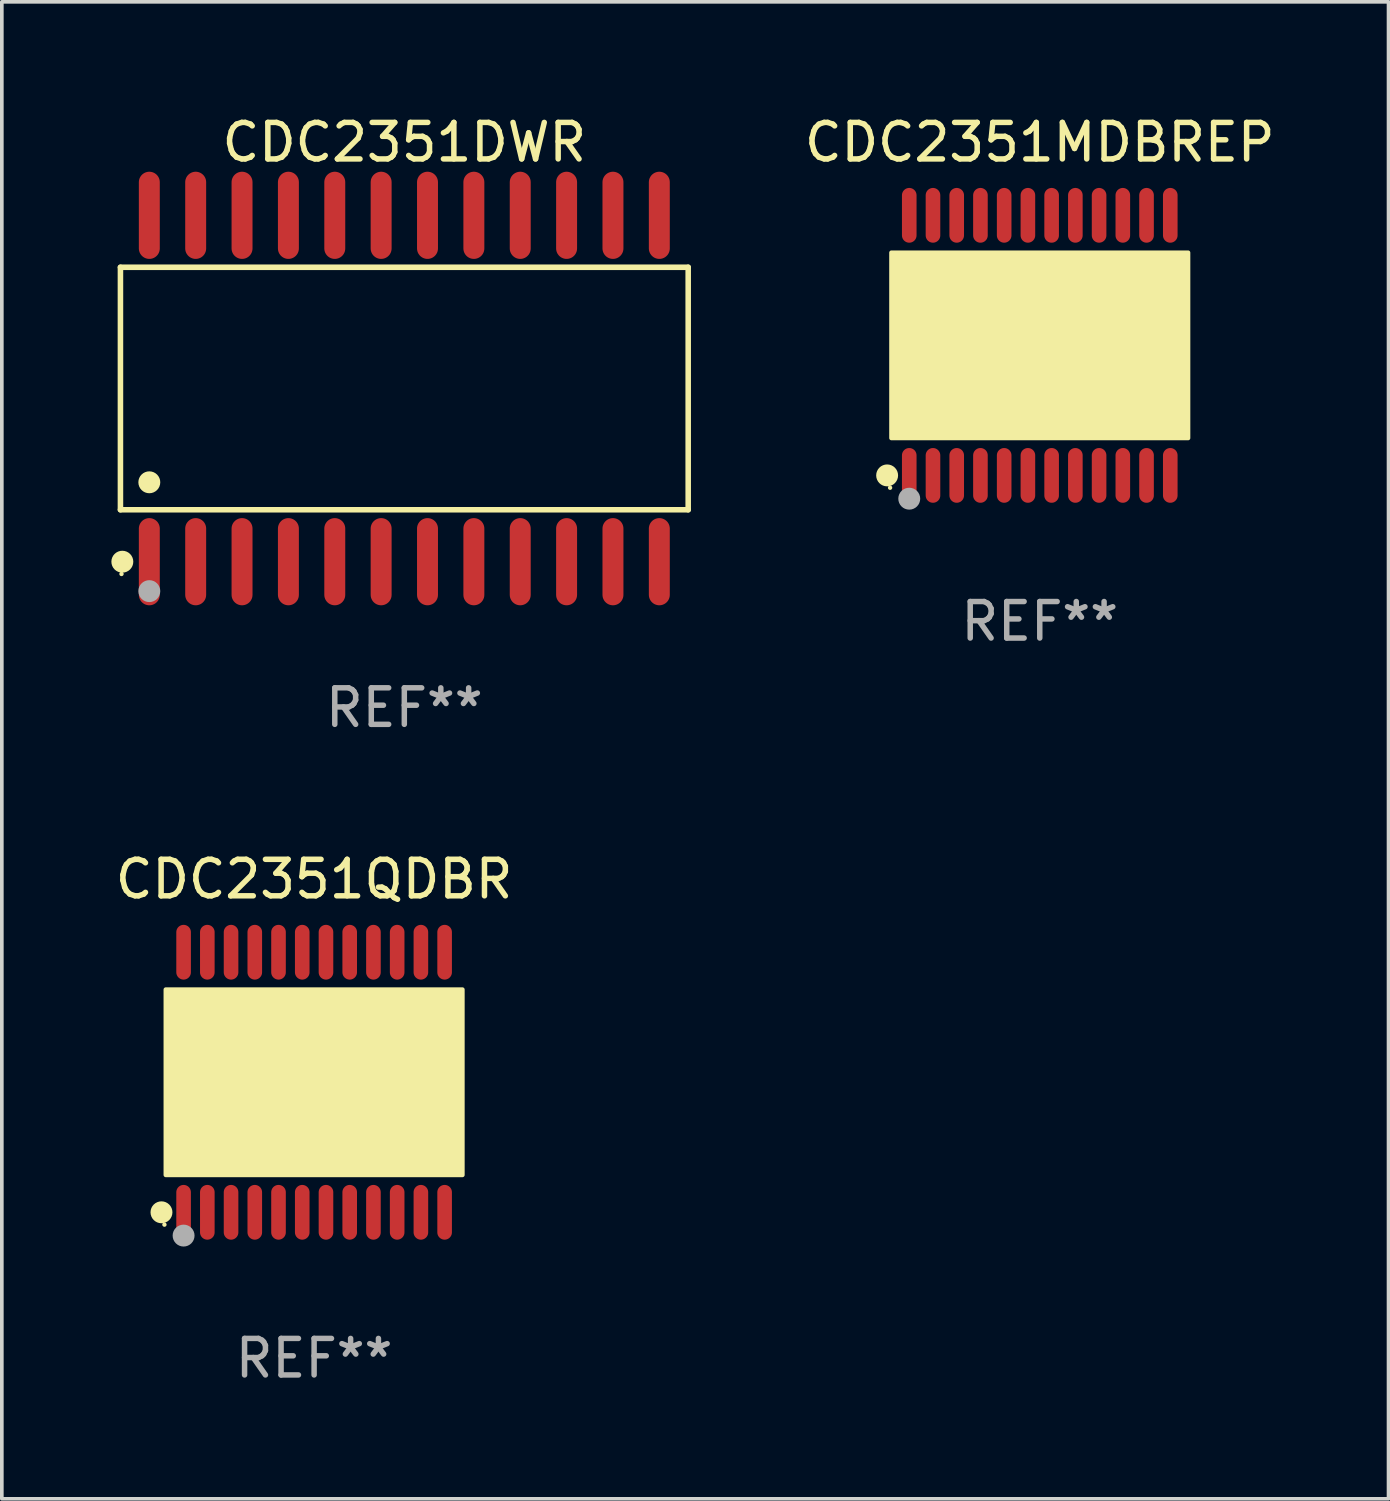
<source format=kicad_pcb>
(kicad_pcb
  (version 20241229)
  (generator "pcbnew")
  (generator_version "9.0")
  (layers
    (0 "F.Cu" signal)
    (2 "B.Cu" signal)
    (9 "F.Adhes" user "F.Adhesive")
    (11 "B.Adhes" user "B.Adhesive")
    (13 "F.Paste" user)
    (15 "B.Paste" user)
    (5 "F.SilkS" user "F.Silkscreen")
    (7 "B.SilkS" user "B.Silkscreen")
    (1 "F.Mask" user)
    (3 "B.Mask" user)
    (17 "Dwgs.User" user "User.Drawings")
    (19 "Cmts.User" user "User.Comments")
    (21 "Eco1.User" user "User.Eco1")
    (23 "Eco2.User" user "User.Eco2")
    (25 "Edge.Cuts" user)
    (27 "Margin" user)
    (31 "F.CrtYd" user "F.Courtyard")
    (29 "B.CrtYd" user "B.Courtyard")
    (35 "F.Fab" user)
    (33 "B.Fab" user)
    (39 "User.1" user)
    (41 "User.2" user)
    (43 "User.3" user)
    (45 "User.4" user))
  (footprint "CDC2351DWR"
    (layer "F.Cu")
    (at 8.025 7.592)
    (property "Reference" "CDC2351DWR" (at 0 -6.744 0) (layer "F.SilkS") (effects (font (size 1 1) (thickness 0.15))))
    (attr through_hole)
    (fp_line (start -7.776 -3.321) (end 7.776 -3.321) (stroke (width 0.152) (type solid)) (layer "F.SilkS"))
    (fp_line (start -7.776 3.321) (end -7.776 -3.321) (stroke (width 0.152) (type solid)) (layer "F.SilkS"))
    (fp_line (start 7.776 -3.321) (end 7.776 3.321) (stroke (width 0.152) (type solid)) (layer "F.SilkS"))
    (fp_line (start 7.776 3.321) (end -7.776 3.321) (stroke (width 0.152) (type solid)) (layer "F.SilkS"))
    (fp_circle (center -7.747 5.08) (end -7.717 5.08) (stroke (width 0.06) (type solid)) (fill no) (layer "F.SilkS"))
    (fp_circle (center -7.724 4.744) (end -7.574 4.744) (stroke (width 0.3) (type solid)) (fill no) (layer "F.SilkS"))
    (fp_circle (center -6.985 2.569) (end -6.835 2.569) (stroke (width 0.3) (type solid)) (fill no) (layer "F.SilkS"))
    (fp_circle (center -6.985 5.55) (end -6.835 5.55) (stroke (width 0.3) (type solid)) (fill no) (layer "F.Fab"))
    (fp_text user "REF**" (at 0 8.744 0) (layer "F.Fab") (effects (font (size 1 1) (thickness 0.15))))
    (pad "1" smd oval (at -6.985 4.744) (size 0.574 2.388) (layers "F.Cu" "F.Mask" "F.Paste"))
    (pad "2" smd oval (at -5.715 4.744) (size 0.574 2.388) (layers "F.Cu" "F.Mask" "F.Paste"))
    (pad "3" smd oval (at -4.445 4.744) (size 0.574 2.388) (layers "F.Cu" "F.Mask" "F.Paste"))
    (pad "4" smd oval (at -3.175 4.744) (size 0.574 2.388) (layers "F.Cu" "F.Mask" "F.Paste"))
    (pad "5" smd oval (at -1.905 4.744) (size 0.574 2.388) (layers "F.Cu" "F.Mask" "F.Paste"))
    (pad "6" smd oval (at -0.635 4.744) (size 0.574 2.388) (layers "F.Cu" "F.Mask" "F.Paste"))
    (pad "7" smd oval (at 0.635 4.744) (size 0.574 2.388) (layers "F.Cu" "F.Mask" "F.Paste"))
    (pad "8" smd oval (at 1.905 4.744) (size 0.574 2.388) (layers "F.Cu" "F.Mask" "F.Paste"))
    (pad "9" smd oval (at 3.175 4.744) (size 0.574 2.388) (layers "F.Cu" "F.Mask" "F.Paste"))
    (pad "10" smd oval (at 4.445 4.744) (size 0.574 2.388) (layers "F.Cu" "F.Mask" "F.Paste"))
    (pad "11" smd oval (at 5.715 4.744) (size 0.574 2.388) (layers "F.Cu" "F.Mask" "F.Paste"))
    (pad "12" smd oval (at 6.985 4.744) (size 0.574 2.388) (layers "F.Cu" "F.Mask" "F.Paste"))
    (pad "13" smd oval (at 6.985 -4.744) (size 0.574 2.388) (layers "F.Cu" "F.Mask" "F.Paste"))
    (pad "14" smd oval (at 5.715 -4.744) (size 0.574 2.388) (layers "F.Cu" "F.Mask" "F.Paste"))
    (pad "15" smd oval (at 4.445 -4.744) (size 0.574 2.388) (layers "F.Cu" "F.Mask" "F.Paste"))
    (pad "16" smd oval (at 3.175 -4.744) (size 0.574 2.388) (layers "F.Cu" "F.Mask" "F.Paste"))
    (pad "17" smd oval (at 1.905 -4.744) (size 0.574 2.388) (layers "F.Cu" "F.Mask" "F.Paste"))
    (pad "18" smd oval (at 0.635 -4.744) (size 0.574 2.388) (layers "F.Cu" "F.Mask" "F.Paste"))
    (pad "19" smd oval (at -0.635 -4.744) (size 0.574 2.388) (layers "F.Cu" "F.Mask" "F.Paste"))
    (pad "20" smd oval (at -1.905 -4.744) (size 0.574 2.388) (layers "F.Cu" "F.Mask" "F.Paste"))
    (pad "21" smd oval (at -3.175 -4.744) (size 0.574 2.388) (layers "F.Cu" "F.Mask" "F.Paste"))
    (pad "22" smd oval (at -4.445 -4.744) (size 0.574 2.388) (layers "F.Cu" "F.Mask" "F.Paste"))
    (pad "23" smd oval (at -5.715 -4.744) (size 0.574 2.388) (layers "F.Cu" "F.Mask" "F.Paste"))
    (pad "24" smd oval (at -6.985 -4.744) (size 0.574 2.388) (layers "F.Cu" "F.Mask" "F.Paste")))
  (footprint "CDC2351QDBR"
    (layer "F.Cu")
    (at 5.554 26.595)
    (property "Reference" "CDC2351QDBR" (at 0 -5.562 0) (layer "F.SilkS") (effects (font (size 1 1) (thickness 0.15))))
    (attr through_hole)
    (fp_circle (center -4.181 3.562) (end -4.031 3.562) (stroke (width 0.3) (type solid)) (fill no) (layer "F.SilkS"))
    (fp_circle (center -4.1 3.9) (end -4.07 3.9) (stroke (width 0.06) (type solid)) (fill no) (layer "F.SilkS"))
    (fp_circle (center -3.575 1.819) (end -3.425 1.819) (stroke (width 0.3) (type solid)) (fill no) (layer "F.SilkS"))
    (fp_poly (pts (xy -4.064 -2.54) (xy 4.064 -2.54) (xy 4.064 2.54) (xy -4.064 2.54)) (stroke (width 0.12) (type solid)) (fill yes) (layer "F.SilkS"))
    (fp_circle (center -3.575 4.2) (end -3.425 4.2) (stroke (width 0.3) (type solid)) (fill no) (layer "F.Fab"))
    (fp_text user "REF**" (at 0 7.562 0) (layer "F.Fab") (effects (font (size 1 1) (thickness 0.15))))
    (pad "1" smd oval (at -3.575 3.562) (size 0.4 1.5) (layers "F.Cu" "F.Mask" "F.Paste"))
    (pad "2" smd oval (at -2.925 3.562) (size 0.4 1.5) (layers "F.Cu" "F.Mask" "F.Paste"))
    (pad "3" smd oval (at -2.275 3.562) (size 0.4 1.5) (layers "F.Cu" "F.Mask" "F.Paste"))
    (pad "4" smd oval (at -1.625 3.562) (size 0.4 1.5) (layers "F.Cu" "F.Mask" "F.Paste"))
    (pad "5" smd oval (at -0.975 3.562) (size 0.4 1.5) (layers "F.Cu" "F.Mask" "F.Paste"))
    (pad "6" smd oval (at -0.325 3.562) (size 0.4 1.5) (layers "F.Cu" "F.Mask" "F.Paste"))
    (pad "7" smd oval (at 0.325 3.562) (size 0.4 1.5) (layers "F.Cu" "F.Mask" "F.Paste"))
    (pad "8" smd oval (at 0.975 3.562) (size 0.4 1.5) (layers "F.Cu" "F.Mask" "F.Paste"))
    (pad "9" smd oval (at 1.625 3.562) (size 0.4 1.5) (layers "F.Cu" "F.Mask" "F.Paste"))
    (pad "10" smd oval (at 2.275 3.562) (size 0.4 1.5) (layers "F.Cu" "F.Mask" "F.Paste"))
    (pad "11" smd oval (at 2.925 3.562) (size 0.4 1.5) (layers "F.Cu" "F.Mask" "F.Paste"))
    (pad "12" smd oval (at 3.575 3.562) (size 0.4 1.5) (layers "F.Cu" "F.Mask" "F.Paste"))
    (pad "13" smd oval (at 3.575 -3.562) (size 0.4 1.5) (layers "F.Cu" "F.Mask" "F.Paste"))
    (pad "14" smd oval (at 2.925 -3.562) (size 0.4 1.5) (layers "F.Cu" "F.Mask" "F.Paste"))
    (pad "15" smd oval (at 2.275 -3.562) (size 0.4 1.5) (layers "F.Cu" "F.Mask" "F.Paste"))
    (pad "16" smd oval (at 1.625 -3.562) (size 0.4 1.5) (layers "F.Cu" "F.Mask" "F.Paste"))
    (pad "17" smd oval (at 0.975 -3.562) (size 0.4 1.5) (layers "F.Cu" "F.Mask" "F.Paste"))
    (pad "18" smd oval (at 0.325 -3.562) (size 0.4 1.5) (layers "F.Cu" "F.Mask" "F.Paste"))
    (pad "19" smd oval (at -0.325 -3.562) (size 0.4 1.5) (layers "F.Cu" "F.Mask" "F.Paste"))
    (pad "20" smd oval (at -0.975 -3.562) (size 0.4 1.5) (layers "F.Cu" "F.Mask" "F.Paste"))
    (pad "21" smd oval (at -1.625 -3.562) (size 0.4 1.5) (layers "F.Cu" "F.Mask" "F.Paste"))
    (pad "22" smd oval (at -2.275 -3.562) (size 0.4 1.5) (layers "F.Cu" "F.Mask" "F.Paste"))
    (pad "23" smd oval (at -2.925 -3.562) (size 0.4 1.5) (layers "F.Cu" "F.Mask" "F.Paste"))
    (pad "24" smd oval (at -3.575 -3.562) (size 0.4 1.5) (layers "F.Cu" "F.Mask" "F.Paste")))
  (footprint "CDC2351MDBREP"
    (layer "F.Cu")
    (at 25.431 6.41)
    (property "Reference" "CDC2351MDBREP" (at 0 -5.562 0) (layer "F.SilkS") (effects (font (size 1 1) (thickness 0.15))))
    (attr through_hole)
    (fp_circle (center -4.181 3.562) (end -4.031 3.562) (stroke (width 0.3) (type solid)) (fill no) (layer "F.SilkS"))
    (fp_circle (center -4.1 3.9) (end -4.07 3.9) (stroke (width 0.06) (type solid)) (fill no) (layer "F.SilkS"))
    (fp_circle (center -3.575 1.819) (end -3.425 1.819) (stroke (width 0.3) (type solid)) (fill no) (layer "F.SilkS"))
    (fp_poly (pts (xy -4.064 -2.54) (xy 4.064 -2.54) (xy 4.064 2.54) (xy -4.064 2.54)) (stroke (width 0.12) (type solid)) (fill yes) (layer "F.SilkS"))
    (fp_circle (center -3.575 4.2) (end -3.425 4.2) (stroke (width 0.3) (type solid)) (fill no) (layer "F.Fab"))
    (fp_text user "REF**" (at 0 7.562 0) (layer "F.Fab") (effects (font (size 1 1) (thickness 0.15))))
    (pad "1" smd oval (at -3.575 3.562) (size 0.4 1.5) (layers "F.Cu" "F.Mask" "F.Paste"))
    (pad "2" smd oval (at -2.925 3.562) (size 0.4 1.5) (layers "F.Cu" "F.Mask" "F.Paste"))
    (pad "3" smd oval (at -2.275 3.562) (size 0.4 1.5) (layers "F.Cu" "F.Mask" "F.Paste"))
    (pad "4" smd oval (at -1.625 3.562) (size 0.4 1.5) (layers "F.Cu" "F.Mask" "F.Paste"))
    (pad "5" smd oval (at -0.975 3.562) (size 0.4 1.5) (layers "F.Cu" "F.Mask" "F.Paste"))
    (pad "6" smd oval (at -0.325 3.562) (size 0.4 1.5) (layers "F.Cu" "F.Mask" "F.Paste"))
    (pad "7" smd oval (at 0.325 3.562) (size 0.4 1.5) (layers "F.Cu" "F.Mask" "F.Paste"))
    (pad "8" smd oval (at 0.975 3.562) (size 0.4 1.5) (layers "F.Cu" "F.Mask" "F.Paste"))
    (pad "9" smd oval (at 1.625 3.562) (size 0.4 1.5) (layers "F.Cu" "F.Mask" "F.Paste"))
    (pad "10" smd oval (at 2.275 3.562) (size 0.4 1.5) (layers "F.Cu" "F.Mask" "F.Paste"))
    (pad "11" smd oval (at 2.925 3.562) (size 0.4 1.5) (layers "F.Cu" "F.Mask" "F.Paste"))
    (pad "12" smd oval (at 3.575 3.562) (size 0.4 1.5) (layers "F.Cu" "F.Mask" "F.Paste"))
    (pad "13" smd oval (at 3.575 -3.562) (size 0.4 1.5) (layers "F.Cu" "F.Mask" "F.Paste"))
    (pad "14" smd oval (at 2.925 -3.562) (size 0.4 1.5) (layers "F.Cu" "F.Mask" "F.Paste"))
    (pad "15" smd oval (at 2.275 -3.562) (size 0.4 1.5) (layers "F.Cu" "F.Mask" "F.Paste"))
    (pad "16" smd oval (at 1.625 -3.562) (size 0.4 1.5) (layers "F.Cu" "F.Mask" "F.Paste"))
    (pad "17" smd oval (at 0.975 -3.562) (size 0.4 1.5) (layers "F.Cu" "F.Mask" "F.Paste"))
    (pad "18" smd oval (at 0.325 -3.562) (size 0.4 1.5) (layers "F.Cu" "F.Mask" "F.Paste"))
    (pad "19" smd oval (at -0.325 -3.562) (size 0.4 1.5) (layers "F.Cu" "F.Mask" "F.Paste"))
    (pad "20" smd oval (at -0.975 -3.562) (size 0.4 1.5) (layers "F.Cu" "F.Mask" "F.Paste"))
    (pad "21" smd oval (at -1.625 -3.562) (size 0.4 1.5) (layers "F.Cu" "F.Mask" "F.Paste"))
    (pad "22" smd oval (at -2.275 -3.562) (size 0.4 1.5) (layers "F.Cu" "F.Mask" "F.Paste"))
    (pad "23" smd oval (at -2.925 -3.562) (size 0.4 1.5) (layers "F.Cu" "F.Mask" "F.Paste"))
    (pad "24" smd oval (at -3.575 -3.562) (size 0.4 1.5) (layers "F.Cu" "F.Mask" "F.Paste")))
  (gr_rect
    (start -3 -3)
    (end 34.984 38.005)
    (stroke (width 0.1) (type default))
    (fill no)
    (layer "Edge.Cuts")))
</source>
